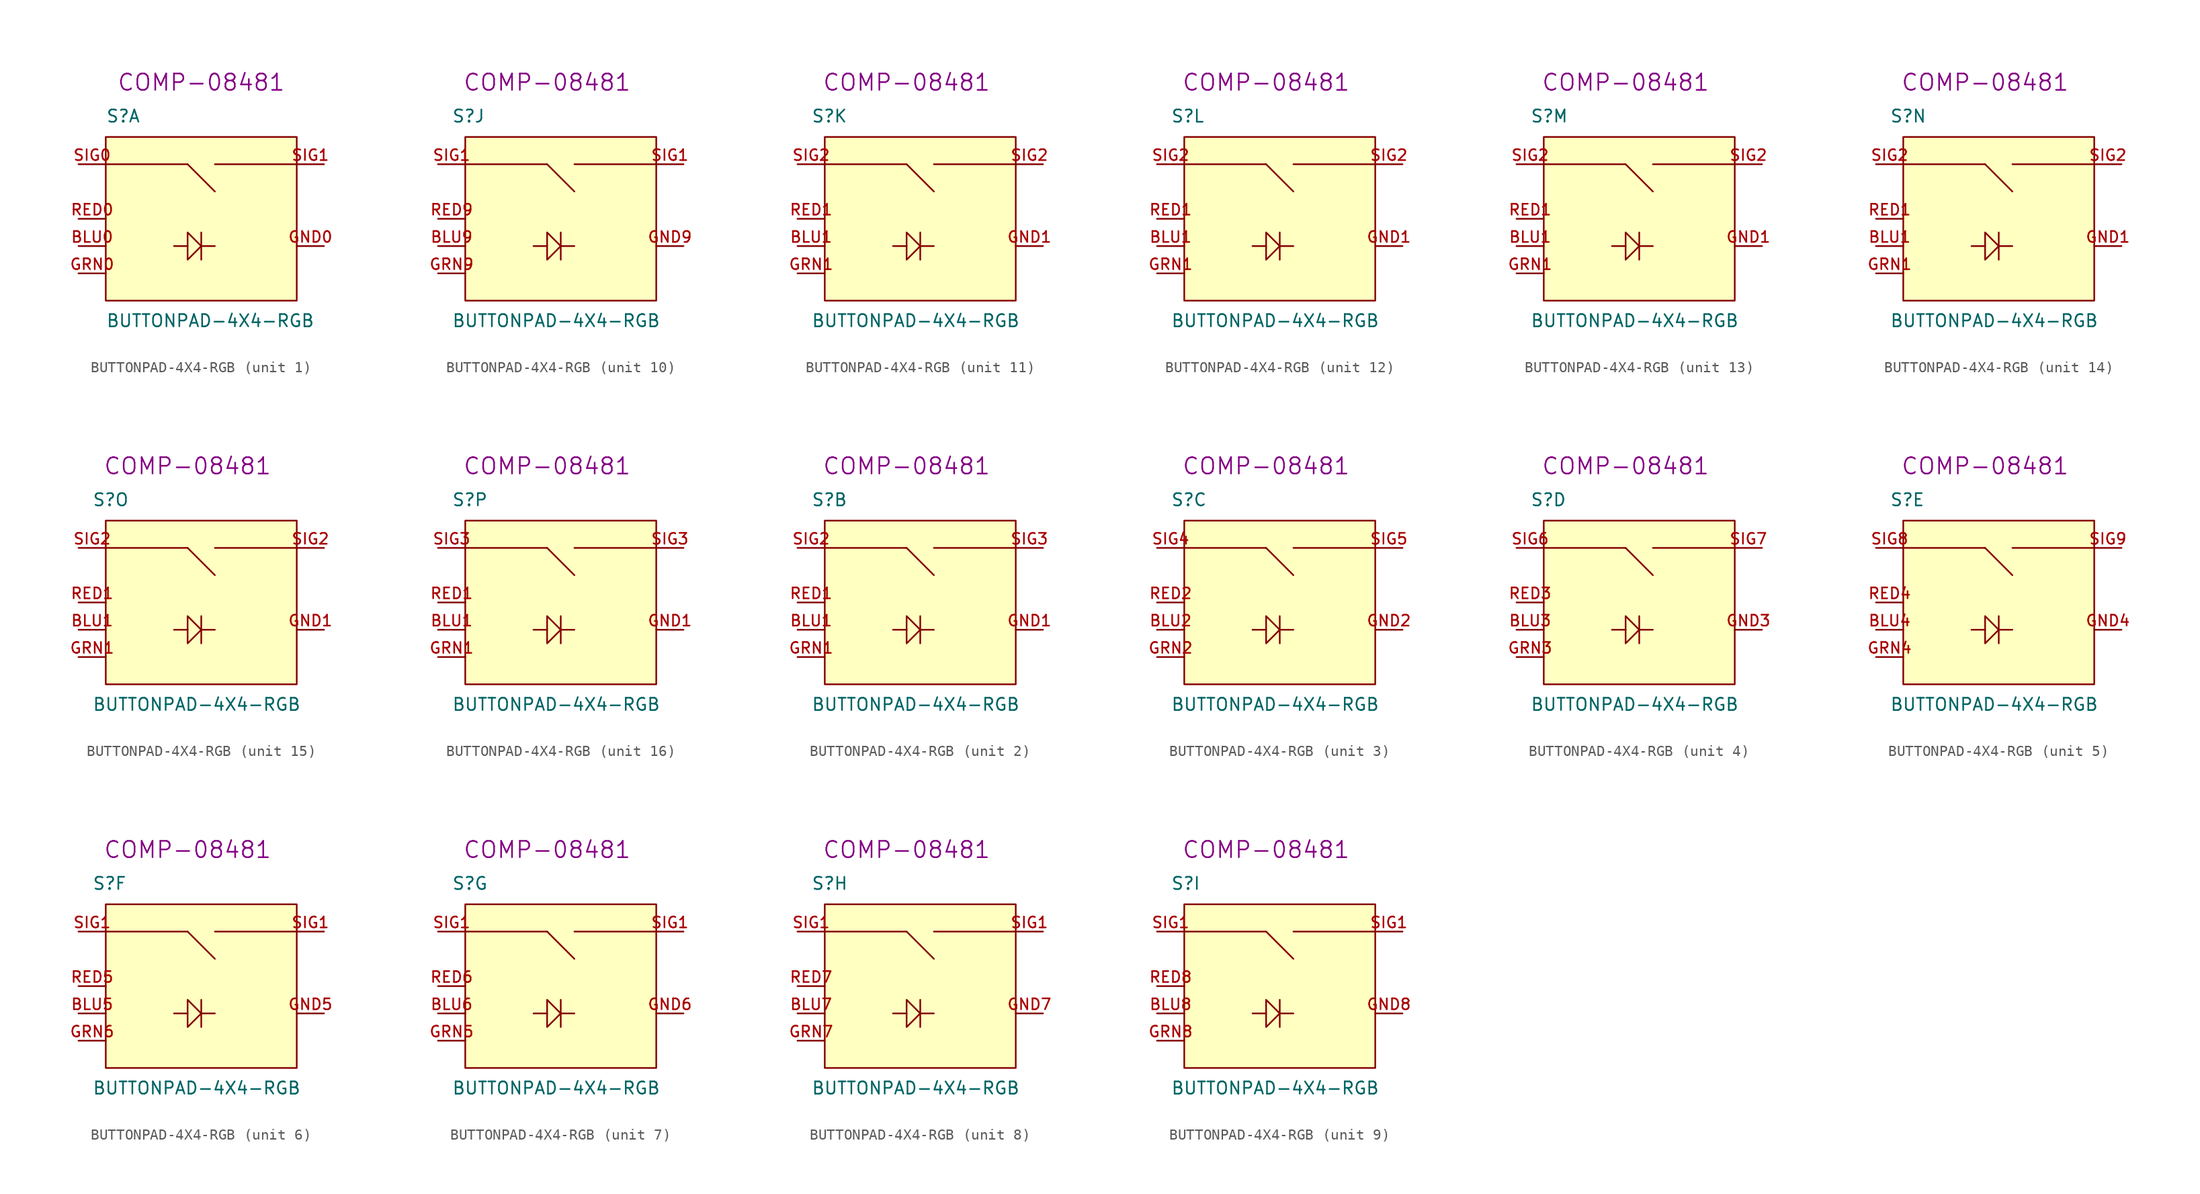
<source format=kicad_sym>
(kicad_symbol_lib
  (version 20201005)
  (generator kicad_symbol_editor)
  (symbol "BUTTONPAD-4X4-RGB"
    (pin_names
      (offset 1.016) hide)
    (property "Reference" "S"
      (at -8.89 8.89 0)
      (effects (font (size 1.143 1.143)) (justify left bottom)))
    (property "Value" "BUTTONPAD-4X4-RGB"
      (at -8.89 -10.16 0)
      (effects (font (size 1.143 1.143)) (justify left bottom)))
    (property "Field4" "COMP-08481"
      (at 0 12.7 0)
      (effects (font (size 1.524 1.524))))
    (property "ki_locked" ""
      (at 0 0 0)
      (effects (font (size 1.27 1.27))))
    (symbol "BUTTONPAD-4X4-RGB_1_0"
      (polyline (pts (xy -8.89 5.08) (xy -1.27 5.08)) (stroke (width 0)) (fill (type none)))
      (polyline (pts (xy -1.27 -2.54) (xy -2.54 -2.54)) (stroke (width 0)) (fill (type none)))
      (polyline (pts (xy -1.27 5.08) (xy 1.27 2.54)) (stroke (width 0)) (fill (type none)))
      (polyline (pts (xy 0 -2.54) (xy 0 -3.81)) (stroke (width 0)) (fill (type none)))
      (polyline (pts (xy 0 -2.54) (xy 1.27 -2.54)) (stroke (width 0)) (fill (type none)))
      (polyline (pts (xy 0 -1.27) (xy 0 -2.54)) (stroke (width 0)) (fill (type none)))
      (polyline (pts (xy 1.27 5.08) (xy 8.89 5.08)) (stroke (width 0)) (fill (type none))))
    (symbol "BUTTONPAD-4X4-RGB_1_1"
      (polyline (pts (xy -1.27 -1.27) (xy -1.27 -2.54) (xy -1.27 -3.81) (xy 0 -2.54) (xy -1.27 -1.27)) (stroke (width 0)) (fill (type background)))
      (polyline (pts (xy 8.89 7.62) (xy 8.89 5.08) (xy 8.89 -7.62) (xy -8.89 -7.62) (xy -8.89 5.08) (xy -8.89 7.62) (xy 8.89 7.62)) (stroke (width 0)) (fill (type background)))
      (pin bidirectional line (at -11.43 0 0) (length 2.54) (name "RED" (effects (font (size 1.016 1.016)))) (number "RED0" (effects (font (size 1.016 1.016)))))
      (pin bidirectional line (at 11.43 -2.54 180) (length 2.54) (name "GND" (effects (font (size 1.016 1.016)))) (number "GND0" (effects (font (size 1.016 1.016)))))
      (pin bidirectional line (at -11.43 5.08 0) (length 2.54) (name "SIG1" (effects (font (size 1.016 1.016)))) (number "SIG0" (effects (font (size 1.016 1.016)))))
      (pin bidirectional line (at -11.43 -5.08 0) (length 2.54) (name "GRN" (effects (font (size 1.016 1.016)))) (number "GRN0" (effects (font (size 1.016 1.016)))))
      (pin bidirectional line (at -11.43 -2.54 0) (length 2.54) (name "BLU" (effects (font (size 1.016 1.016)))) (number "BLU0" (effects (font (size 1.016 1.016)))))
      (pin bidirectional line (at 11.43 5.08 180) (length 2.54) (name "SIG2" (effects (font (size 1.016 1.016)))) (number "SIG1" (effects (font (size 1.016 1.016))))))
    (symbol "BUTTONPAD-4X4-RGB_2_0"
      (polyline (pts (xy -7.62 5.08) (xy 0 5.08)) (stroke (width 0)) (fill (type none)))
      (polyline (pts (xy 0 -2.54) (xy -1.27 -2.54)) (stroke (width 0)) (fill (type none)))
      (polyline (pts (xy 0 5.08) (xy 2.54 2.54)) (stroke (width 0)) (fill (type none)))
      (polyline (pts (xy 1.27 -2.54) (xy 1.27 -3.81)) (stroke (width 0)) (fill (type none)))
      (polyline (pts (xy 1.27 -2.54) (xy 2.54 -2.54)) (stroke (width 0)) (fill (type none)))
      (polyline (pts (xy 1.27 -1.27) (xy 1.27 -2.54)) (stroke (width 0)) (fill (type none)))
      (polyline (pts (xy 2.54 5.08) (xy 10.16 5.08)) (stroke (width 0)) (fill (type none))))
    (symbol "BUTTONPAD-4X4-RGB_2_1"
      (polyline (pts (xy 0 -1.27) (xy 0 -2.54) (xy 0 -3.81) (xy 1.27 -2.54) (xy 0 -1.27)) (stroke (width 0)) (fill (type background)))
      (polyline (pts (xy 10.16 7.62) (xy 10.16 5.08) (xy 10.16 -7.62) (xy -7.62 -7.62) (xy -7.62 5.08) (xy -7.62 7.62) (xy 10.16 7.62)) (stroke (width 0)) (fill (type background)))
      (pin bidirectional line (at -10.16 0 0) (length 2.54) (name "RED" (effects (font (size 1.016 1.016)))) (number "RED1" (effects (font (size 1.016 1.016)))))
      (pin bidirectional line (at 12.7 -2.54 180) (length 2.54) (name "GND" (effects (font (size 1.016 1.016)))) (number "GND1" (effects (font (size 1.016 1.016)))))
      (pin bidirectional line (at -10.16 -5.08 0) (length 2.54) (name "GRN" (effects (font (size 1.016 1.016)))) (number "GRN1" (effects (font (size 1.016 1.016)))))
      (pin bidirectional line (at -10.16 -2.54 0) (length 2.54) (name "BLU" (effects (font (size 1.016 1.016)))) (number "BLU1" (effects (font (size 1.016 1.016)))))
      (pin bidirectional line (at -10.16 5.08 0) (length 2.54) (name "SIG1" (effects (font (size 1.016 1.016)))) (number "SIG2" (effects (font (size 1.016 1.016)))))
      (pin bidirectional line (at 12.7 5.08 180) (length 2.54) (name "SIG2" (effects (font (size 1.016 1.016)))) (number "SIG3" (effects (font (size 1.016 1.016))))))
    (symbol "BUTTONPAD-4X4-RGB_3_0"
      (polyline (pts (xy -7.62 5.08) (xy 0 5.08)) (stroke (width 0)) (fill (type none)))
      (polyline (pts (xy 0 -2.54) (xy -1.27 -2.54)) (stroke (width 0)) (fill (type none)))
      (polyline (pts (xy 0 5.08) (xy 2.54 2.54)) (stroke (width 0)) (fill (type none)))
      (polyline (pts (xy 1.27 -2.54) (xy 1.27 -3.81)) (stroke (width 0)) (fill (type none)))
      (polyline (pts (xy 1.27 -2.54) (xy 2.54 -2.54)) (stroke (width 0)) (fill (type none)))
      (polyline (pts (xy 1.27 -1.27) (xy 1.27 -2.54)) (stroke (width 0)) (fill (type none)))
      (polyline (pts (xy 2.54 5.08) (xy 10.16 5.08)) (stroke (width 0)) (fill (type none))))
    (symbol "BUTTONPAD-4X4-RGB_3_1"
      (polyline (pts (xy 0 -1.27) (xy 0 -2.54) (xy 0 -3.81) (xy 1.27 -2.54) (xy 0 -1.27)) (stroke (width 0)) (fill (type background)))
      (polyline (pts (xy 10.16 7.62) (xy 10.16 5.08) (xy 10.16 -7.62) (xy -7.62 -7.62) (xy -7.62 5.08) (xy -7.62 7.62) (xy 10.16 7.62)) (stroke (width 0)) (fill (type background)))
      (pin bidirectional line (at -10.16 0 0) (length 2.54) (name "RED" (effects (font (size 1.016 1.016)))) (number "RED2" (effects (font (size 1.016 1.016)))))
      (pin bidirectional line (at 12.7 -2.54 180) (length 2.54) (name "GND" (effects (font (size 1.016 1.016)))) (number "GND2" (effects (font (size 1.016 1.016)))))
      (pin bidirectional line (at -10.16 -5.08 0) (length 2.54) (name "GRN" (effects (font (size 1.016 1.016)))) (number "GRN2" (effects (font (size 1.016 1.016)))))
      (pin bidirectional line (at -10.16 -2.54 0) (length 2.54) (name "BLU" (effects (font (size 1.016 1.016)))) (number "BLU2" (effects (font (size 1.016 1.016)))))
      (pin bidirectional line (at -10.16 5.08 0) (length 2.54) (name "SIG1" (effects (font (size 1.016 1.016)))) (number "SIG4" (effects (font (size 1.016 1.016)))))
      (pin bidirectional line (at 12.7 5.08 180) (length 2.54) (name "SIG2" (effects (font (size 1.016 1.016)))) (number "SIG5" (effects (font (size 1.016 1.016))))))
    (symbol "BUTTONPAD-4X4-RGB_4_0"
      (polyline (pts (xy -7.62 5.08) (xy 0 5.08)) (stroke (width 0)) (fill (type none)))
      (polyline (pts (xy 0 -2.54) (xy -1.27 -2.54)) (stroke (width 0)) (fill (type none)))
      (polyline (pts (xy 0 5.08) (xy 2.54 2.54)) (stroke (width 0)) (fill (type none)))
      (polyline (pts (xy 1.27 -2.54) (xy 1.27 -3.81)) (stroke (width 0)) (fill (type none)))
      (polyline (pts (xy 1.27 -2.54) (xy 2.54 -2.54)) (stroke (width 0)) (fill (type none)))
      (polyline (pts (xy 1.27 -1.27) (xy 1.27 -2.54)) (stroke (width 0)) (fill (type none)))
      (polyline (pts (xy 2.54 5.08) (xy 10.16 5.08)) (stroke (width 0)) (fill (type none))))
    (symbol "BUTTONPAD-4X4-RGB_4_1"
      (polyline (pts (xy 0 -1.27) (xy 0 -2.54) (xy 0 -3.81) (xy 1.27 -2.54) (xy 0 -1.27)) (stroke (width 0)) (fill (type background)))
      (polyline (pts (xy 10.16 7.62) (xy 10.16 5.08) (xy 10.16 -7.62) (xy -7.62 -7.62) (xy -7.62 5.08) (xy -7.62 7.62) (xy 10.16 7.62)) (stroke (width 0)) (fill (type background)))
      (pin bidirectional line (at -10.16 0 0) (length 2.54) (name "RED" (effects (font (size 1.016 1.016)))) (number "RED3" (effects (font (size 1.016 1.016)))))
      (pin bidirectional line (at 12.7 -2.54 180) (length 2.54) (name "GND" (effects (font (size 1.016 1.016)))) (number "GND3" (effects (font (size 1.016 1.016)))))
      (pin bidirectional line (at -10.16 -5.08 0) (length 2.54) (name "GRN" (effects (font (size 1.016 1.016)))) (number "GRN3" (effects (font (size 1.016 1.016)))))
      (pin bidirectional line (at -10.16 -2.54 0) (length 2.54) (name "BLU" (effects (font (size 1.016 1.016)))) (number "BLU3" (effects (font (size 1.016 1.016)))))
      (pin bidirectional line (at -10.16 5.08 0) (length 2.54) (name "SIG1" (effects (font (size 1.016 1.016)))) (number "SIG6" (effects (font (size 1.016 1.016)))))
      (pin bidirectional line (at 12.7 5.08 180) (length 2.54) (name "SIG2" (effects (font (size 1.016 1.016)))) (number "SIG7" (effects (font (size 1.016 1.016))))))
    (symbol "BUTTONPAD-4X4-RGB_5_0"
      (polyline (pts (xy -7.62 5.08) (xy 0 5.08)) (stroke (width 0)) (fill (type none)))
      (polyline (pts (xy 0 -2.54) (xy -1.27 -2.54)) (stroke (width 0)) (fill (type none)))
      (polyline (pts (xy 0 5.08) (xy 2.54 2.54)) (stroke (width 0)) (fill (type none)))
      (polyline (pts (xy 1.27 -2.54) (xy 1.27 -3.81)) (stroke (width 0)) (fill (type none)))
      (polyline (pts (xy 1.27 -2.54) (xy 2.54 -2.54)) (stroke (width 0)) (fill (type none)))
      (polyline (pts (xy 1.27 -1.27) (xy 1.27 -2.54)) (stroke (width 0)) (fill (type none)))
      (polyline (pts (xy 2.54 5.08) (xy 10.16 5.08)) (stroke (width 0)) (fill (type none))))
    (symbol "BUTTONPAD-4X4-RGB_5_1"
      (polyline (pts (xy 0 -1.27) (xy 0 -2.54) (xy 0 -3.81) (xy 1.27 -2.54) (xy 0 -1.27)) (stroke (width 0)) (fill (type background)))
      (polyline (pts (xy 10.16 7.62) (xy 10.16 5.08) (xy 10.16 -7.62) (xy -7.62 -7.62) (xy -7.62 5.08) (xy -7.62 7.62) (xy 10.16 7.62)) (stroke (width 0)) (fill (type background)))
      (pin bidirectional line (at -10.16 0 0) (length 2.54) (name "RED" (effects (font (size 1.016 1.016)))) (number "RED4" (effects (font (size 1.016 1.016)))))
      (pin bidirectional line (at 12.7 -2.54 180) (length 2.54) (name "GND" (effects (font (size 1.016 1.016)))) (number "GND4" (effects (font (size 1.016 1.016)))))
      (pin bidirectional line (at -10.16 -5.08 0) (length 2.54) (name "GRN" (effects (font (size 1.016 1.016)))) (number "GRN4" (effects (font (size 1.016 1.016)))))
      (pin bidirectional line (at -10.16 -2.54 0) (length 2.54) (name "BLU" (effects (font (size 1.016 1.016)))) (number "BLU4" (effects (font (size 1.016 1.016)))))
      (pin bidirectional line (at -10.16 5.08 0) (length 2.54) (name "SIG1" (effects (font (size 1.016 1.016)))) (number "SIG8" (effects (font (size 1.016 1.016)))))
      (pin bidirectional line (at 12.7 5.08 180) (length 2.54) (name "SIG2" (effects (font (size 1.016 1.016)))) (number "SIG9" (effects (font (size 1.016 1.016))))))
    (symbol "BUTTONPAD-4X4-RGB_6_0"
      (polyline (pts (xy -7.62 5.08) (xy 0 5.08)) (stroke (width 0)) (fill (type none)))
      (polyline (pts (xy 0 -2.54) (xy -1.27 -2.54)) (stroke (width 0)) (fill (type none)))
      (polyline (pts (xy 0 5.08) (xy 2.54 2.54)) (stroke (width 0)) (fill (type none)))
      (polyline (pts (xy 1.27 -2.54) (xy 1.27 -3.81)) (stroke (width 0)) (fill (type none)))
      (polyline (pts (xy 1.27 -2.54) (xy 2.54 -2.54)) (stroke (width 0)) (fill (type none)))
      (polyline (pts (xy 1.27 -1.27) (xy 1.27 -2.54)) (stroke (width 0)) (fill (type none)))
      (polyline (pts (xy 2.54 5.08) (xy 10.16 5.08)) (stroke (width 0)) (fill (type none))))
    (symbol "BUTTONPAD-4X4-RGB_6_1"
      (polyline (pts (xy 0 -1.27) (xy 0 -2.54) (xy 0 -3.81) (xy 1.27 -2.54) (xy 0 -1.27)) (stroke (width 0)) (fill (type background)))
      (polyline (pts (xy 10.16 7.62) (xy 10.16 5.08) (xy 10.16 -7.62) (xy -7.62 -7.62) (xy -7.62 5.08) (xy -7.62 7.62) (xy 10.16 7.62)) (stroke (width 0)) (fill (type background)))
      (pin bidirectional line (at -10.16 5.08 0) (length 2.54) (name "SIG1" (effects (font (size 1.016 1.016)))) (number "SIG1" (effects (font (size 1.016 1.016)))))
      (pin bidirectional line (at 12.7 5.08 180) (length 2.54) (name "SIG2" (effects (font (size 1.016 1.016)))) (number "SIG1" (effects (font (size 1.016 1.016)))))
      (pin bidirectional line (at -10.16 0 0) (length 2.54) (name "RED" (effects (font (size 1.016 1.016)))) (number "RED5" (effects (font (size 1.016 1.016)))))
      (pin bidirectional line (at 12.7 -2.54 180) (length 2.54) (name "GND" (effects (font (size 1.016 1.016)))) (number "GND5" (effects (font (size 1.016 1.016)))))
      (pin bidirectional line (at -10.16 -2.54 0) (length 2.54) (name "BLU" (effects (font (size 1.016 1.016)))) (number "BLU5" (effects (font (size 1.016 1.016)))))
      (pin bidirectional line (at -10.16 -5.08 0) (length 2.54) (name "GRN" (effects (font (size 1.016 1.016)))) (number "GRN6" (effects (font (size 1.016 1.016))))))
    (symbol "BUTTONPAD-4X4-RGB_7_0"
      (polyline (pts (xy -7.62 5.08) (xy 0 5.08)) (stroke (width 0)) (fill (type none)))
      (polyline (pts (xy 0 -2.54) (xy -1.27 -2.54)) (stroke (width 0)) (fill (type none)))
      (polyline (pts (xy 0 5.08) (xy 2.54 2.54)) (stroke (width 0)) (fill (type none)))
      (polyline (pts (xy 1.27 -2.54) (xy 1.27 -3.81)) (stroke (width 0)) (fill (type none)))
      (polyline (pts (xy 1.27 -2.54) (xy 2.54 -2.54)) (stroke (width 0)) (fill (type none)))
      (polyline (pts (xy 1.27 -1.27) (xy 1.27 -2.54)) (stroke (width 0)) (fill (type none)))
      (polyline (pts (xy 2.54 5.08) (xy 10.16 5.08)) (stroke (width 0)) (fill (type none))))
    (symbol "BUTTONPAD-4X4-RGB_7_1"
      (polyline (pts (xy 0 -1.27) (xy 0 -2.54) (xy 0 -3.81) (xy 1.27 -2.54) (xy 0 -1.27)) (stroke (width 0)) (fill (type background)))
      (polyline (pts (xy 10.16 7.62) (xy 10.16 5.08) (xy 10.16 -7.62) (xy -7.62 -7.62) (xy -7.62 5.08) (xy -7.62 7.62) (xy 10.16 7.62)) (stroke (width 0)) (fill (type background)))
      (pin bidirectional line (at -10.16 5.08 0) (length 2.54) (name "SIG1" (effects (font (size 1.016 1.016)))) (number "SIG1" (effects (font (size 1.016 1.016)))))
      (pin bidirectional line (at 12.7 5.08 180) (length 2.54) (name "SIG2" (effects (font (size 1.016 1.016)))) (number "SIG1" (effects (font (size 1.016 1.016)))))
      (pin bidirectional line (at -10.16 -5.08 0) (length 2.54) (name "GRN" (effects (font (size 1.016 1.016)))) (number "GRN5" (effects (font (size 1.016 1.016)))))
      (pin bidirectional line (at -10.16 0 0) (length 2.54) (name "RED" (effects (font (size 1.016 1.016)))) (number "RED6" (effects (font (size 1.016 1.016)))))
      (pin bidirectional line (at 12.7 -2.54 180) (length 2.54) (name "GND" (effects (font (size 1.016 1.016)))) (number "GND6" (effects (font (size 1.016 1.016)))))
      (pin bidirectional line (at -10.16 -2.54 0) (length 2.54) (name "BLU" (effects (font (size 1.016 1.016)))) (number "BLU6" (effects (font (size 1.016 1.016))))))
    (symbol "BUTTONPAD-4X4-RGB_8_0"
      (polyline (pts (xy -7.62 5.08) (xy 0 5.08)) (stroke (width 0)) (fill (type none)))
      (polyline (pts (xy 0 -2.54) (xy -1.27 -2.54)) (stroke (width 0)) (fill (type none)))
      (polyline (pts (xy 0 5.08) (xy 2.54 2.54)) (stroke (width 0)) (fill (type none)))
      (polyline (pts (xy 1.27 -2.54) (xy 1.27 -3.81)) (stroke (width 0)) (fill (type none)))
      (polyline (pts (xy 1.27 -2.54) (xy 2.54 -2.54)) (stroke (width 0)) (fill (type none)))
      (polyline (pts (xy 1.27 -1.27) (xy 1.27 -2.54)) (stroke (width 0)) (fill (type none)))
      (polyline (pts (xy 2.54 5.08) (xy 10.16 5.08)) (stroke (width 0)) (fill (type none))))
    (symbol "BUTTONPAD-4X4-RGB_8_1"
      (polyline (pts (xy 0 -1.27) (xy 0 -2.54) (xy 0 -3.81) (xy 1.27 -2.54) (xy 0 -1.27)) (stroke (width 0)) (fill (type background)))
      (polyline (pts (xy 10.16 7.62) (xy 10.16 5.08) (xy 10.16 -7.62) (xy -7.62 -7.62) (xy -7.62 5.08) (xy -7.62 7.62) (xy 10.16 7.62)) (stroke (width 0)) (fill (type background)))
      (pin bidirectional line (at -10.16 5.08 0) (length 2.54) (name "SIG1" (effects (font (size 1.016 1.016)))) (number "SIG1" (effects (font (size 1.016 1.016)))))
      (pin bidirectional line (at 12.7 5.08 180) (length 2.54) (name "SIG2" (effects (font (size 1.016 1.016)))) (number "SIG1" (effects (font (size 1.016 1.016)))))
      (pin bidirectional line (at -10.16 0 0) (length 2.54) (name "RED" (effects (font (size 1.016 1.016)))) (number "RED7" (effects (font (size 1.016 1.016)))))
      (pin bidirectional line (at 12.7 -2.54 180) (length 2.54) (name "GND" (effects (font (size 1.016 1.016)))) (number "GND7" (effects (font (size 1.016 1.016)))))
      (pin bidirectional line (at -10.16 -5.08 0) (length 2.54) (name "GRN" (effects (font (size 1.016 1.016)))) (number "GRN7" (effects (font (size 1.016 1.016)))))
      (pin bidirectional line (at -10.16 -2.54 0) (length 2.54) (name "BLU" (effects (font (size 1.016 1.016)))) (number "BLU7" (effects (font (size 1.016 1.016))))))
    (symbol "BUTTONPAD-4X4-RGB_9_0"
      (polyline (pts (xy -7.62 5.08) (xy 0 5.08)) (stroke (width 0)) (fill (type none)))
      (polyline (pts (xy 0 -2.54) (xy -1.27 -2.54)) (stroke (width 0)) (fill (type none)))
      (polyline (pts (xy 0 5.08) (xy 2.54 2.54)) (stroke (width 0)) (fill (type none)))
      (polyline (pts (xy 1.27 -2.54) (xy 1.27 -3.81)) (stroke (width 0)) (fill (type none)))
      (polyline (pts (xy 1.27 -2.54) (xy 2.54 -2.54)) (stroke (width 0)) (fill (type none)))
      (polyline (pts (xy 1.27 -1.27) (xy 1.27 -2.54)) (stroke (width 0)) (fill (type none)))
      (polyline (pts (xy 2.54 5.08) (xy 10.16 5.08)) (stroke (width 0)) (fill (type none))))
    (symbol "BUTTONPAD-4X4-RGB_9_1"
      (polyline (pts (xy 0 -1.27) (xy 0 -2.54) (xy 0 -3.81) (xy 1.27 -2.54) (xy 0 -1.27)) (stroke (width 0)) (fill (type background)))
      (polyline (pts (xy 10.16 7.62) (xy 10.16 5.08) (xy 10.16 -7.62) (xy -7.62 -7.62) (xy -7.62 5.08) (xy -7.62 7.62) (xy 10.16 7.62)) (stroke (width 0)) (fill (type background)))
      (pin bidirectional line (at -10.16 5.08 0) (length 2.54) (name "SIG1" (effects (font (size 1.016 1.016)))) (number "SIG1" (effects (font (size 1.016 1.016)))))
      (pin bidirectional line (at 12.7 5.08 180) (length 2.54) (name "SIG2" (effects (font (size 1.016 1.016)))) (number "SIG1" (effects (font (size 1.016 1.016)))))
      (pin bidirectional line (at -10.16 0 0) (length 2.54) (name "RED" (effects (font (size 1.016 1.016)))) (number "RED8" (effects (font (size 1.016 1.016)))))
      (pin bidirectional line (at 12.7 -2.54 180) (length 2.54) (name "GND" (effects (font (size 1.016 1.016)))) (number "GND8" (effects (font (size 1.016 1.016)))))
      (pin bidirectional line (at -10.16 -5.08 0) (length 2.54) (name "GRN" (effects (font (size 1.016 1.016)))) (number "GRN8" (effects (font (size 1.016 1.016)))))
      (pin bidirectional line (at -10.16 -2.54 0) (length 2.54) (name "BLU" (effects (font (size 1.016 1.016)))) (number "BLU8" (effects (font (size 1.016 1.016))))))
    (symbol "BUTTONPAD-4X4-RGB_10_0"
      (polyline (pts (xy -7.62 5.08) (xy 0 5.08)) (stroke (width 0)) (fill (type none)))
      (polyline (pts (xy 0 -2.54) (xy -1.27 -2.54)) (stroke (width 0)) (fill (type none)))
      (polyline (pts (xy 0 5.08) (xy 2.54 2.54)) (stroke (width 0)) (fill (type none)))
      (polyline (pts (xy 1.27 -2.54) (xy 1.27 -3.81)) (stroke (width 0)) (fill (type none)))
      (polyline (pts (xy 1.27 -2.54) (xy 2.54 -2.54)) (stroke (width 0)) (fill (type none)))
      (polyline (pts (xy 1.27 -1.27) (xy 1.27 -2.54)) (stroke (width 0)) (fill (type none)))
      (polyline (pts (xy 2.54 5.08) (xy 10.16 5.08)) (stroke (width 0)) (fill (type none))))
    (symbol "BUTTONPAD-4X4-RGB_10_1"
      (polyline (pts (xy 0 -1.27) (xy 0 -2.54) (xy 0 -3.81) (xy 1.27 -2.54) (xy 0 -1.27)) (stroke (width 0)) (fill (type background)))
      (polyline (pts (xy 10.16 7.62) (xy 10.16 5.08) (xy 10.16 -7.62) (xy -7.62 -7.62) (xy -7.62 5.08) (xy -7.62 7.62) (xy 10.16 7.62)) (stroke (width 0)) (fill (type background)))
      (pin bidirectional line (at -10.16 5.08 0) (length 2.54) (name "SIG1" (effects (font (size 1.016 1.016)))) (number "SIG1" (effects (font (size 1.016 1.016)))))
      (pin bidirectional line (at 12.7 5.08 180) (length 2.54) (name "SIG2" (effects (font (size 1.016 1.016)))) (number "SIG1" (effects (font (size 1.016 1.016)))))
      (pin bidirectional line (at -10.16 0 0) (length 2.54) (name "RED" (effects (font (size 1.016 1.016)))) (number "RED9" (effects (font (size 1.016 1.016)))))
      (pin bidirectional line (at 12.7 -2.54 180) (length 2.54) (name "GND" (effects (font (size 1.016 1.016)))) (number "GND9" (effects (font (size 1.016 1.016)))))
      (pin bidirectional line (at -10.16 -5.08 0) (length 2.54) (name "GRN" (effects (font (size 1.016 1.016)))) (number "GRN9" (effects (font (size 1.016 1.016)))))
      (pin bidirectional line (at -10.16 -2.54 0) (length 2.54) (name "BLU" (effects (font (size 1.016 1.016)))) (number "BLU9" (effects (font (size 1.016 1.016))))))
    (symbol "BUTTONPAD-4X4-RGB_11_0"
      (polyline (pts (xy -7.62 5.08) (xy 0 5.08)) (stroke (width 0)) (fill (type none)))
      (polyline (pts (xy 0 -2.54) (xy -1.27 -2.54)) (stroke (width 0)) (fill (type none)))
      (polyline (pts (xy 0 5.08) (xy 2.54 2.54)) (stroke (width 0)) (fill (type none)))
      (polyline (pts (xy 1.27 -2.54) (xy 1.27 -3.81)) (stroke (width 0)) (fill (type none)))
      (polyline (pts (xy 1.27 -2.54) (xy 2.54 -2.54)) (stroke (width 0)) (fill (type none)))
      (polyline (pts (xy 1.27 -1.27) (xy 1.27 -2.54)) (stroke (width 0)) (fill (type none)))
      (polyline (pts (xy 2.54 5.08) (xy 10.16 5.08)) (stroke (width 0)) (fill (type none))))
    (symbol "BUTTONPAD-4X4-RGB_11_1"
      (polyline (pts (xy 0 -1.27) (xy 0 -2.54) (xy 0 -3.81) (xy 1.27 -2.54) (xy 0 -1.27)) (stroke (width 0)) (fill (type background)))
      (polyline (pts (xy 10.16 7.62) (xy 10.16 5.08) (xy 10.16 -7.62) (xy -7.62 -7.62) (xy -7.62 5.08) (xy -7.62 7.62) (xy 10.16 7.62)) (stroke (width 0)) (fill (type background)))
      (pin bidirectional line (at -10.16 0 0) (length 2.54) (name "RED" (effects (font (size 1.016 1.016)))) (number "RED1" (effects (font (size 1.016 1.016)))))
      (pin bidirectional line (at 12.7 -2.54 180) (length 2.54) (name "GND" (effects (font (size 1.016 1.016)))) (number "GND1" (effects (font (size 1.016 1.016)))))
      (pin bidirectional line (at -10.16 -5.08 0) (length 2.54) (name "GRN" (effects (font (size 1.016 1.016)))) (number "GRN1" (effects (font (size 1.016 1.016)))))
      (pin bidirectional line (at -10.16 -2.54 0) (length 2.54) (name "BLU" (effects (font (size 1.016 1.016)))) (number "BLU1" (effects (font (size 1.016 1.016)))))
      (pin bidirectional line (at -10.16 5.08 0) (length 2.54) (name "SIG1" (effects (font (size 1.016 1.016)))) (number "SIG2" (effects (font (size 1.016 1.016)))))
      (pin bidirectional line (at 12.7 5.08 180) (length 2.54) (name "SIG2" (effects (font (size 1.016 1.016)))) (number "SIG2" (effects (font (size 1.016 1.016))))))
    (symbol "BUTTONPAD-4X4-RGB_12_0"
      (polyline (pts (xy -7.62 5.08) (xy 0 5.08)) (stroke (width 0)) (fill (type none)))
      (polyline (pts (xy 0 -2.54) (xy -1.27 -2.54)) (stroke (width 0)) (fill (type none)))
      (polyline (pts (xy 0 5.08) (xy 2.54 2.54)) (stroke (width 0)) (fill (type none)))
      (polyline (pts (xy 1.27 -2.54) (xy 1.27 -3.81)) (stroke (width 0)) (fill (type none)))
      (polyline (pts (xy 1.27 -2.54) (xy 2.54 -2.54)) (stroke (width 0)) (fill (type none)))
      (polyline (pts (xy 1.27 -1.27) (xy 1.27 -2.54)) (stroke (width 0)) (fill (type none)))
      (polyline (pts (xy 2.54 5.08) (xy 10.16 5.08)) (stroke (width 0)) (fill (type none))))
    (symbol "BUTTONPAD-4X4-RGB_12_1"
      (polyline (pts (xy 0 -1.27) (xy 0 -2.54) (xy 0 -3.81) (xy 1.27 -2.54) (xy 0 -1.27)) (stroke (width 0)) (fill (type background)))
      (polyline (pts (xy 10.16 7.62) (xy 10.16 5.08) (xy 10.16 -7.62) (xy -7.62 -7.62) (xy -7.62 5.08) (xy -7.62 7.62) (xy 10.16 7.62)) (stroke (width 0)) (fill (type background)))
      (pin bidirectional line (at -10.16 0 0) (length 2.54) (name "RED" (effects (font (size 1.016 1.016)))) (number "RED1" (effects (font (size 1.016 1.016)))))
      (pin bidirectional line (at 12.7 -2.54 180) (length 2.54) (name "GND" (effects (font (size 1.016 1.016)))) (number "GND1" (effects (font (size 1.016 1.016)))))
      (pin bidirectional line (at -10.16 -5.08 0) (length 2.54) (name "GRN" (effects (font (size 1.016 1.016)))) (number "GRN1" (effects (font (size 1.016 1.016)))))
      (pin bidirectional line (at -10.16 -2.54 0) (length 2.54) (name "BLU" (effects (font (size 1.016 1.016)))) (number "BLU1" (effects (font (size 1.016 1.016)))))
      (pin bidirectional line (at -10.16 5.08 0) (length 2.54) (name "SIG1" (effects (font (size 1.016 1.016)))) (number "SIG2" (effects (font (size 1.016 1.016)))))
      (pin bidirectional line (at 12.7 5.08 180) (length 2.54) (name "SIG2" (effects (font (size 1.016 1.016)))) (number "SIG2" (effects (font (size 1.016 1.016))))))
    (symbol "BUTTONPAD-4X4-RGB_13_0"
      (polyline (pts (xy -7.62 5.08) (xy 0 5.08)) (stroke (width 0)) (fill (type none)))
      (polyline (pts (xy 0 -2.54) (xy -1.27 -2.54)) (stroke (width 0)) (fill (type none)))
      (polyline (pts (xy 0 5.08) (xy 2.54 2.54)) (stroke (width 0)) (fill (type none)))
      (polyline (pts (xy 1.27 -2.54) (xy 1.27 -3.81)) (stroke (width 0)) (fill (type none)))
      (polyline (pts (xy 1.27 -2.54) (xy 2.54 -2.54)) (stroke (width 0)) (fill (type none)))
      (polyline (pts (xy 1.27 -1.27) (xy 1.27 -2.54)) (stroke (width 0)) (fill (type none)))
      (polyline (pts (xy 2.54 5.08) (xy 10.16 5.08)) (stroke (width 0)) (fill (type none))))
    (symbol "BUTTONPAD-4X4-RGB_13_1"
      (polyline (pts (xy 0 -1.27) (xy 0 -2.54) (xy 0 -3.81) (xy 1.27 -2.54) (xy 0 -1.27)) (stroke (width 0)) (fill (type background)))
      (polyline (pts (xy 10.16 7.62) (xy 10.16 5.08) (xy 10.16 -7.62) (xy -7.62 -7.62) (xy -7.62 5.08) (xy -7.62 7.62) (xy 10.16 7.62)) (stroke (width 0)) (fill (type background)))
      (pin bidirectional line (at -10.16 0 0) (length 2.54) (name "RED" (effects (font (size 1.016 1.016)))) (number "RED1" (effects (font (size 1.016 1.016)))))
      (pin bidirectional line (at 12.7 -2.54 180) (length 2.54) (name "GND" (effects (font (size 1.016 1.016)))) (number "GND1" (effects (font (size 1.016 1.016)))))
      (pin bidirectional line (at -10.16 -5.08 0) (length 2.54) (name "GRN" (effects (font (size 1.016 1.016)))) (number "GRN1" (effects (font (size 1.016 1.016)))))
      (pin bidirectional line (at -10.16 -2.54 0) (length 2.54) (name "BLU" (effects (font (size 1.016 1.016)))) (number "BLU1" (effects (font (size 1.016 1.016)))))
      (pin bidirectional line (at -10.16 5.08 0) (length 2.54) (name "SIG1" (effects (font (size 1.016 1.016)))) (number "SIG2" (effects (font (size 1.016 1.016)))))
      (pin bidirectional line (at 12.7 5.08 180) (length 2.54) (name "SIG2" (effects (font (size 1.016 1.016)))) (number "SIG2" (effects (font (size 1.016 1.016))))))
    (symbol "BUTTONPAD-4X4-RGB_14_0"
      (polyline (pts (xy -7.62 5.08) (xy 0 5.08)) (stroke (width 0)) (fill (type none)))
      (polyline (pts (xy 0 -2.54) (xy -1.27 -2.54)) (stroke (width 0)) (fill (type none)))
      (polyline (pts (xy 0 5.08) (xy 2.54 2.54)) (stroke (width 0)) (fill (type none)))
      (polyline (pts (xy 1.27 -2.54) (xy 1.27 -3.81)) (stroke (width 0)) (fill (type none)))
      (polyline (pts (xy 1.27 -2.54) (xy 2.54 -2.54)) (stroke (width 0)) (fill (type none)))
      (polyline (pts (xy 1.27 -1.27) (xy 1.27 -2.54)) (stroke (width 0)) (fill (type none)))
      (polyline (pts (xy 2.54 5.08) (xy 10.16 5.08)) (stroke (width 0)) (fill (type none))))
    (symbol "BUTTONPAD-4X4-RGB_14_1"
      (polyline (pts (xy 0 -1.27) (xy 0 -2.54) (xy 0 -3.81) (xy 1.27 -2.54) (xy 0 -1.27)) (stroke (width 0)) (fill (type background)))
      (polyline (pts (xy 10.16 7.62) (xy 10.16 5.08) (xy 10.16 -7.62) (xy -7.62 -7.62) (xy -7.62 5.08) (xy -7.62 7.62) (xy 10.16 7.62)) (stroke (width 0)) (fill (type background)))
      (pin bidirectional line (at -10.16 0 0) (length 2.54) (name "RED" (effects (font (size 1.016 1.016)))) (number "RED1" (effects (font (size 1.016 1.016)))))
      (pin bidirectional line (at 12.7 -2.54 180) (length 2.54) (name "GND" (effects (font (size 1.016 1.016)))) (number "GND1" (effects (font (size 1.016 1.016)))))
      (pin bidirectional line (at -10.16 -5.08 0) (length 2.54) (name "GRN" (effects (font (size 1.016 1.016)))) (number "GRN1" (effects (font (size 1.016 1.016)))))
      (pin bidirectional line (at -10.16 -2.54 0) (length 2.54) (name "BLU" (effects (font (size 1.016 1.016)))) (number "BLU1" (effects (font (size 1.016 1.016)))))
      (pin bidirectional line (at -10.16 5.08 0) (length 2.54) (name "SIG1" (effects (font (size 1.016 1.016)))) (number "SIG2" (effects (font (size 1.016 1.016)))))
      (pin bidirectional line (at 12.7 5.08 180) (length 2.54) (name "SIG2" (effects (font (size 1.016 1.016)))) (number "SIG2" (effects (font (size 1.016 1.016))))))
    (symbol "BUTTONPAD-4X4-RGB_15_0"
      (polyline (pts (xy -7.62 5.08) (xy 0 5.08)) (stroke (width 0)) (fill (type none)))
      (polyline (pts (xy 0 -2.54) (xy -1.27 -2.54)) (stroke (width 0)) (fill (type none)))
      (polyline (pts (xy 0 5.08) (xy 2.54 2.54)) (stroke (width 0)) (fill (type none)))
      (polyline (pts (xy 1.27 -2.54) (xy 1.27 -3.81)) (stroke (width 0)) (fill (type none)))
      (polyline (pts (xy 1.27 -2.54) (xy 2.54 -2.54)) (stroke (width 0)) (fill (type none)))
      (polyline (pts (xy 1.27 -1.27) (xy 1.27 -2.54)) (stroke (width 0)) (fill (type none)))
      (polyline (pts (xy 2.54 5.08) (xy 10.16 5.08)) (stroke (width 0)) (fill (type none))))
    (symbol "BUTTONPAD-4X4-RGB_15_1"
      (polyline (pts (xy 0 -1.27) (xy 0 -2.54) (xy 0 -3.81) (xy 1.27 -2.54) (xy 0 -1.27)) (stroke (width 0)) (fill (type background)))
      (polyline (pts (xy 10.16 7.62) (xy 10.16 5.08) (xy 10.16 -7.62) (xy -7.62 -7.62) (xy -7.62 5.08) (xy -7.62 7.62) (xy 10.16 7.62)) (stroke (width 0)) (fill (type background)))
      (pin bidirectional line (at -10.16 0 0) (length 2.54) (name "RED" (effects (font (size 1.016 1.016)))) (number "RED1" (effects (font (size 1.016 1.016)))))
      (pin bidirectional line (at 12.7 -2.54 180) (length 2.54) (name "GND" (effects (font (size 1.016 1.016)))) (number "GND1" (effects (font (size 1.016 1.016)))))
      (pin bidirectional line (at -10.16 -5.08 0) (length 2.54) (name "GRN" (effects (font (size 1.016 1.016)))) (number "GRN1" (effects (font (size 1.016 1.016)))))
      (pin bidirectional line (at -10.16 -2.54 0) (length 2.54) (name "BLU" (effects (font (size 1.016 1.016)))) (number "BLU1" (effects (font (size 1.016 1.016)))))
      (pin bidirectional line (at -10.16 5.08 0) (length 2.54) (name "SIG1" (effects (font (size 1.016 1.016)))) (number "SIG2" (effects (font (size 1.016 1.016)))))
      (pin bidirectional line (at 12.7 5.08 180) (length 2.54) (name "SIG2" (effects (font (size 1.016 1.016)))) (number "SIG2" (effects (font (size 1.016 1.016))))))
    (symbol "BUTTONPAD-4X4-RGB_16_0"
      (polyline (pts (xy -7.62 5.08) (xy 0 5.08)) (stroke (width 0)) (fill (type none)))
      (polyline (pts (xy 0 -2.54) (xy -1.27 -2.54)) (stroke (width 0)) (fill (type none)))
      (polyline (pts (xy 0 5.08) (xy 2.54 2.54)) (stroke (width 0)) (fill (type none)))
      (polyline (pts (xy 1.27 -2.54) (xy 1.27 -3.81)) (stroke (width 0)) (fill (type none)))
      (polyline (pts (xy 1.27 -2.54) (xy 2.54 -2.54)) (stroke (width 0)) (fill (type none)))
      (polyline (pts (xy 1.27 -1.27) (xy 1.27 -2.54)) (stroke (width 0)) (fill (type none)))
      (polyline (pts (xy 2.54 5.08) (xy 10.16 5.08)) (stroke (width 0)) (fill (type none))))
    (symbol "BUTTONPAD-4X4-RGB_16_1"
      (polyline (pts (xy 0 -1.27) (xy 0 -2.54) (xy 0 -3.81) (xy 1.27 -2.54) (xy 0 -1.27)) (stroke (width 0)) (fill (type background)))
      (polyline (pts (xy 10.16 7.62) (xy 10.16 5.08) (xy 10.16 -7.62) (xy -7.62 -7.62) (xy -7.62 5.08) (xy -7.62 7.62) (xy 10.16 7.62)) (stroke (width 0)) (fill (type background)))
      (pin bidirectional line (at -10.16 0 0) (length 2.54) (name "RED" (effects (font (size 1.016 1.016)))) (number "RED1" (effects (font (size 1.016 1.016)))))
      (pin bidirectional line (at 12.7 -2.54 180) (length 2.54) (name "GND" (effects (font (size 1.016 1.016)))) (number "GND1" (effects (font (size 1.016 1.016)))))
      (pin bidirectional line (at -10.16 -5.08 0) (length 2.54) (name "GRN" (effects (font (size 1.016 1.016)))) (number "GRN1" (effects (font (size 1.016 1.016)))))
      (pin bidirectional line (at -10.16 -2.54 0) (length 2.54) (name "BLU" (effects (font (size 1.016 1.016)))) (number "BLU1" (effects (font (size 1.016 1.016)))))
      (pin bidirectional line (at -10.16 5.08 0) (length 2.54) (name "SIG1" (effects (font (size 1.016 1.016)))) (number "SIG3" (effects (font (size 1.016 1.016)))))
      (pin bidirectional line (at 12.7 5.08 180) (length 2.54) (name "SIG2" (effects (font (size 1.016 1.016)))) (number "SIG3" (effects (font (size 1.016 1.016))))))))
</source>
